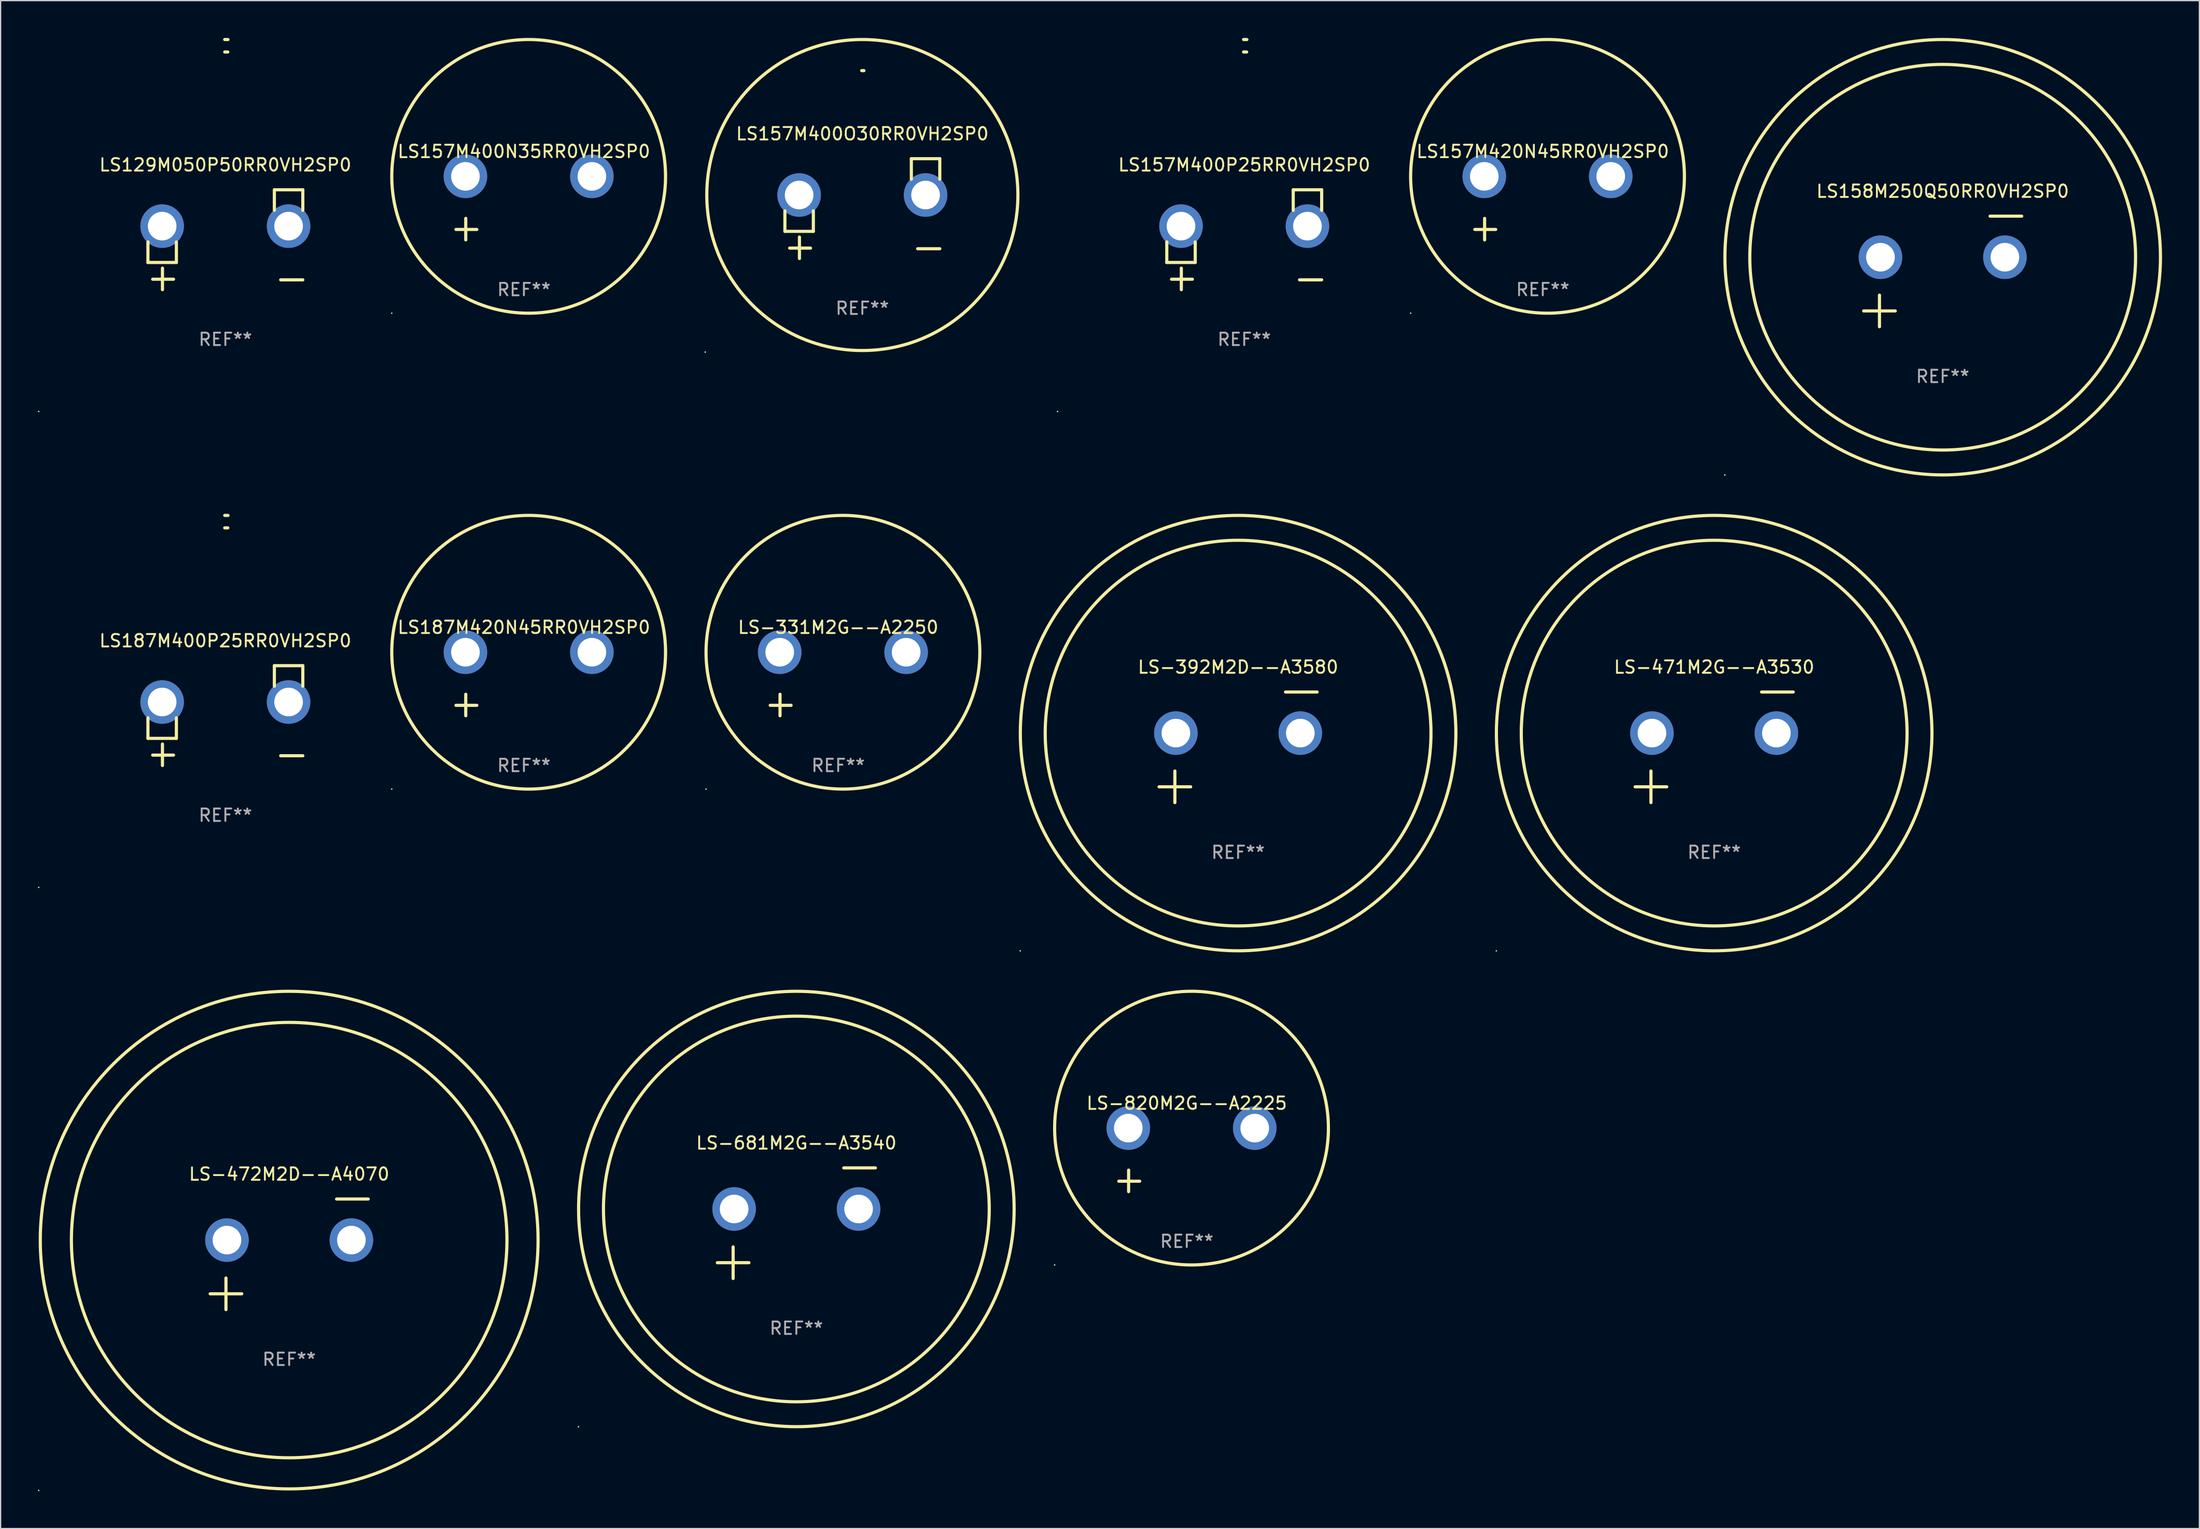
<source format=kicad_pcb>
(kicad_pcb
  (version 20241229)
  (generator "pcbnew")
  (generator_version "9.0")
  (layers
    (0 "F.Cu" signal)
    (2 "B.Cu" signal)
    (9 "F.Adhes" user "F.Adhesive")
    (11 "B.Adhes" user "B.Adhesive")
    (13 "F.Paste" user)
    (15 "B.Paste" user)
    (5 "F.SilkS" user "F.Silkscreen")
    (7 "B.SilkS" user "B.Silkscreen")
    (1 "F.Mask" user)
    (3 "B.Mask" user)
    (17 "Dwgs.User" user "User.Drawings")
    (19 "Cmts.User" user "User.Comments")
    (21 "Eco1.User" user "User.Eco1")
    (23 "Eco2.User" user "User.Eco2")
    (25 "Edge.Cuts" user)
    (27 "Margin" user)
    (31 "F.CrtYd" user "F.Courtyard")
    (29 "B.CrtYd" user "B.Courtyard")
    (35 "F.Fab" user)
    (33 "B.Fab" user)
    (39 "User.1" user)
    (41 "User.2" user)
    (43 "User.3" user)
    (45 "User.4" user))
  (footprint "LS157M400N35RR0VH2SP0"
    (layer "F.Cu")
    (at 39.05 13.68)
    (property "Reference" "LS157M400N35RR0VH2SP0" (at 0 -4.553 0) (layer "F.SilkS") (effects (font (size 1 1) (thickness 0.15))))
    (attr through_hole)
    (fp_line (start -4.674 2.553) (end -4.674 0.826) (stroke (width 0.254) (type solid)) (layer "F.SilkS"))
    (fp_line (start -3.785 1.715) (end -5.461 1.715) (stroke (width 0.254) (type solid)) (layer "F.SilkS"))
    (fp_circle (center -10.619 8.447) (end -10.589 8.447) (stroke (width 0.06) (type solid)) (fill no) (layer "F.SilkS"))
    (fp_circle (center 0.381 -2.553) (end 11.381 -2.553) (stroke (width 0.254) (type solid)) (fill no) (layer "F.SilkS"))
    (fp_text user "REF**" (at 0 6.553 0) (layer "F.Fab") (effects (font (size 1 1) (thickness 0.15))))
    (pad "1" thru_hole circle (at -4.699 -2.553) (size 3.5 3.5) (drill 2.3) (layers "*.Cu" "*.Mask"))
    (pad "2" thru_hole circle (at 5.461 -2.553) (size 3.5 3.5) (drill 2.3) (layers "*.Cu" "*.Mask")))
  (footprint "LS-472M2D--A4070"
    (layer "F.Cu")
    (at 20.187 97.78)
    (property "Reference" "LS-472M2D--A4070" (at 0 -6.445 0) (layer "F.SilkS") (effects (font (size 1 1) (thickness 0.15))))
    (attr through_hole)
    (fp_line (start -6.35 3.175) (end -3.81 3.175) (stroke (width 0.254) (type solid)) (layer "F.SilkS"))
    (fp_line (start -5.08 1.905) (end -5.08 4.445) (stroke (width 0.254) (type solid)) (layer "F.SilkS"))
    (fp_line (start 3.81 -4.445) (end 6.35 -4.445) (stroke (width 0.254) (type solid)) (layer "F.SilkS"))
    (fp_circle (center -20.127 18.984) (end -20.097 18.984) (stroke (width 0.06) (type solid)) (fill no) (layer "F.SilkS"))
    (fp_circle (center 0 -1.143) (end 17.5 -1.143) (stroke (width 0.254) (type solid)) (fill no) (layer "F.SilkS"))
    (fp_circle (center 0 -1.143) (end 20.001 -1.143) (stroke (width 0.254) (type solid)) (fill no) (layer "F.SilkS"))
    (fp_text user "REF**" (at 0 8.445 0) (layer "F.Fab") (effects (font (size 1 1) (thickness 0.15))))
    (pad "1" thru_hole circle (at -5 -1.143) (size 3.5 3.5) (drill 2.3) (layers "*.Cu" "*.Mask"))
    (pad "2" thru_hole circle (at 5 -1.143) (size 3.5 3.5) (drill 2.3) (layers "*.Cu" "*.Mask")))
  (footprint "LS157M400P25RR0VH2SP0"
    (layer "F.Cu")
    (at 96.932 16.22)
    (property "Reference" "LS157M400P25RR0VH2SP0" (at 0 -6.013 0) (layer "F.SilkS") (effects (font (size 1 1) (thickness 0.15))))
    (attr through_hole)
    (fp_line (start -6.223 0.178) (end -6.223 1.829) (stroke (width 0.254) (type solid)) (layer "F.SilkS"))
    (fp_line (start -6.223 1.829) (end -3.937 1.829) (stroke (width 0.254) (type solid)) (layer "F.SilkS"))
    (fp_line (start -5.055 4.013) (end -5.055 2.286) (stroke (width 0.254) (type solid)) (layer "F.SilkS"))
    (fp_line (start -4.166 3.175) (end -5.842 3.175) (stroke (width 0.254) (type solid)) (layer "F.SilkS"))
    (fp_line (start -3.937 1.829) (end -3.937 0.178) (stroke (width 0.254) (type solid)) (layer "F.SilkS"))
    (fp_line (start 3.937 -4.013) (end 3.937 -2.362) (stroke (width 0.254) (type solid)) (layer "F.SilkS"))
    (fp_line (start 6.223 -4.013) (end 3.937 -4.013) (stroke (width 0.254) (type solid)) (layer "F.SilkS"))
    (fp_line (start 6.223 -2.362) (end 6.223 -4.013) (stroke (width 0.254) (type solid)) (layer "F.SilkS"))
    (fp_line (start 6.223 3.226) (end 4.445 3.226) (stroke (width 0.254) (type solid)) (layer "F.SilkS"))
    (fp_arc (start -0.0508 -16.093472) (mid 0.080016 -16.092762) (end 0.210821 -16.090932) (stroke (width 0.254001) (type solid)) (layer "F.SilkS"))
    (fp_arc (start -0.0508 -15.09271) (mid 0.071125 -15.091961) (end 0.19304 -15.09017) (stroke (width 0.254001) (type solid)) (layer "F.SilkS"))
    (fp_circle (center -15 13.808) (end -14.97 13.808) (stroke (width 0.06) (type solid)) (fill no) (layer "F.SilkS"))
    (fp_text user "REF**" (at 0 8.013 0) (layer "F.Fab") (effects (font (size 1 1) (thickness 0.15))))
    (pad "1" thru_hole circle (at -5.08 -1.092) (size 3.5 3.5) (drill 2.3) (layers "*.Cu" "*.Mask"))
    (pad "2" thru_hole circle (at 5.08 -1.092) (size 3.5 3.5) (drill 2.3) (layers "*.Cu" "*.Mask")))
  (footprint "LS-471M2G--A3530"
    (layer "F.Cu")
    (at 134.694 57.024)
    (property "Reference" "LS-471M2G--A3530" (at 0 -6.445 0) (layer "F.SilkS") (effects (font (size 1 1) (thickness 0.15))))
    (attr through_hole)
    (fp_line (start -6.35 3.175) (end -3.81 3.175) (stroke (width 0.254) (type solid)) (layer "F.SilkS"))
    (fp_line (start -5.08 1.905) (end -5.08 4.445) (stroke (width 0.254) (type solid)) (layer "F.SilkS"))
    (fp_line (start 3.81 -4.445) (end 6.35 -4.445) (stroke (width 0.254) (type solid)) (layer "F.SilkS"))
    (fp_circle (center -17.505 16.362) (end -17.475 16.362) (stroke (width 0.06) (type solid)) (fill no) (layer "F.SilkS"))
    (fp_circle (center 0 -1.143) (end 15.5 -1.143) (stroke (width 0.254) (type solid)) (fill no) (layer "F.SilkS"))
    (fp_circle (center 0 -1.143) (end 17.5 -1.143) (stroke (width 0.254) (type solid)) (fill no) (layer "F.SilkS"))
    (fp_text user "REF**" (at 0 8.445 0) (layer "F.Fab") (effects (font (size 1 1) (thickness 0.15))))
    (pad "1" thru_hole circle (at -5 -1.143) (size 3.5 3.5) (drill 2.3) (layers "*.Cu" "*.Mask"))
    (pad "2" thru_hole circle (at 5 -1.143) (size 3.5 3.5) (drill 2.3) (layers "*.Cu" "*.Mask")))
  (footprint "LS-392M2D--A3580"
    (layer "F.Cu")
    (at 96.439 57.024)
    (property "Reference" "LS-392M2D--A3580" (at 0 -6.445 0) (layer "F.SilkS") (effects (font (size 1 1) (thickness 0.15))))
    (attr through_hole)
    (fp_line (start -6.35 3.175) (end -3.81 3.175) (stroke (width 0.254) (type solid)) (layer "F.SilkS"))
    (fp_line (start -5.08 1.905) (end -5.08 4.445) (stroke (width 0.254) (type solid)) (layer "F.SilkS"))
    (fp_line (start 3.81 -4.445) (end 6.35 -4.445) (stroke (width 0.254) (type solid)) (layer "F.SilkS"))
    (fp_circle (center -17.505 16.362) (end -17.475 16.362) (stroke (width 0.06) (type solid)) (fill no) (layer "F.SilkS"))
    (fp_circle (center 0 -1.143) (end 15.5 -1.143) (stroke (width 0.254) (type solid)) (fill no) (layer "F.SilkS"))
    (fp_circle (center 0 -1.143) (end 17.5 -1.143) (stroke (width 0.254) (type solid)) (fill no) (layer "F.SilkS"))
    (fp_text user "REF**" (at 0 8.445 0) (layer "F.Fab") (effects (font (size 1 1) (thickness 0.15))))
    (pad "1" thru_hole circle (at -5 -1.143) (size 3.5 3.5) (drill 2.3) (layers "*.Cu" "*.Mask"))
    (pad "2" thru_hole circle (at 5 -1.143) (size 3.5 3.5) (drill 2.3) (layers "*.Cu" "*.Mask")))
  (footprint "LS-331M2G--A2250"
    (layer "F.Cu")
    (at 64.304 51.934)
    (property "Reference" "LS-331M2G--A2250" (at 0 -4.553 0) (layer "F.SilkS") (effects (font (size 1 1) (thickness 0.15))))
    (attr through_hole)
    (fp_line (start -4.674 2.553) (end -4.674 0.826) (stroke (width 0.254) (type solid)) (layer "F.SilkS"))
    (fp_line (start -3.785 1.715) (end -5.461 1.715) (stroke (width 0.254) (type solid)) (layer "F.SilkS"))
    (fp_circle (center -10.619 8.447) (end -10.589 8.447) (stroke (width 0.06) (type solid)) (fill no) (layer "F.SilkS"))
    (fp_circle (center 0.381 -2.553) (end 11.381 -2.553) (stroke (width 0.254) (type solid)) (fill no) (layer "F.SilkS"))
    (fp_text user "REF**" (at 0 6.553 0) (layer "F.Fab") (effects (font (size 1 1) (thickness 0.15))))
    (pad "1" thru_hole circle (at -4.699 -2.553) (size 3.5 3.5) (drill 2.3) (layers "*.Cu" "*.Mask"))
    (pad "2" thru_hole circle (at 5.461 -2.553) (size 3.5 3.5) (drill 2.3) (layers "*.Cu" "*.Mask")))
  (footprint "LS157M420N45RR0VH2SP0"
    (layer "F.Cu")
    (at 120.922 13.68)
    (property "Reference" "LS157M420N45RR0VH2SP0" (at 0 -4.553 0) (layer "F.SilkS") (effects (font (size 1 1) (thickness 0.15))))
    (attr through_hole)
    (fp_line (start -4.674 2.553) (end -4.674 0.826) (stroke (width 0.254) (type solid)) (layer "F.SilkS"))
    (fp_line (start -3.785 1.715) (end -5.461 1.715) (stroke (width 0.254) (type solid)) (layer "F.SilkS"))
    (fp_circle (center -10.619 8.447) (end -10.589 8.447) (stroke (width 0.06) (type solid)) (fill no) (layer "F.SilkS"))
    (fp_circle (center 0.381 -2.553) (end 11.381 -2.553) (stroke (width 0.254) (type solid)) (fill no) (layer "F.SilkS"))
    (fp_text user "REF**" (at 0 6.553 0) (layer "F.Fab") (effects (font (size 1 1) (thickness 0.15))))
    (pad "1" thru_hole circle (at -4.699 -2.553) (size 3.5 3.5) (drill 2.3) (layers "*.Cu" "*.Mask"))
    (pad "2" thru_hole circle (at 5.461 -2.553) (size 3.5 3.5) (drill 2.3) (layers "*.Cu" "*.Mask")))
  (footprint "LS129M050P50RR0VH2SP0"
    (layer "F.Cu")
    (at 15.06 16.22)
    (property "Reference" "LS129M050P50RR0VH2SP0" (at 0 -6.013 0) (layer "F.SilkS") (effects (font (size 1 1) (thickness 0.15))))
    (attr through_hole)
    (fp_line (start -6.223 0.178) (end -6.223 1.829) (stroke (width 0.254) (type solid)) (layer "F.SilkS"))
    (fp_line (start -6.223 1.829) (end -3.937 1.829) (stroke (width 0.254) (type solid)) (layer "F.SilkS"))
    (fp_line (start -5.055 4.013) (end -5.055 2.286) (stroke (width 0.254) (type solid)) (layer "F.SilkS"))
    (fp_line (start -4.166 3.175) (end -5.842 3.175) (stroke (width 0.254) (type solid)) (layer "F.SilkS"))
    (fp_line (start -3.937 1.829) (end -3.937 0.178) (stroke (width 0.254) (type solid)) (layer "F.SilkS"))
    (fp_line (start 3.937 -4.013) (end 3.937 -2.362) (stroke (width 0.254) (type solid)) (layer "F.SilkS"))
    (fp_line (start 6.223 -4.013) (end 3.937 -4.013) (stroke (width 0.254) (type solid)) (layer "F.SilkS"))
    (fp_line (start 6.223 -2.362) (end 6.223 -4.013) (stroke (width 0.254) (type solid)) (layer "F.SilkS"))
    (fp_line (start 6.223 3.226) (end 4.445 3.226) (stroke (width 0.254) (type solid)) (layer "F.SilkS"))
    (fp_arc (start -0.0508 -16.093472) (mid 0.080016 -16.092762) (end 0.210821 -16.090932) (stroke (width 0.254001) (type solid)) (layer "F.SilkS"))
    (fp_arc (start -0.0508 -15.09271) (mid 0.071125 -15.091961) (end 0.19304 -15.09017) (stroke (width 0.254001) (type solid)) (layer "F.SilkS"))
    (fp_circle (center -15 13.808) (end -14.97 13.808) (stroke (width 0.06) (type solid)) (fill no) (layer "F.SilkS"))
    (fp_text user "REF**" (at 0 8.013 0) (layer "F.Fab") (effects (font (size 1 1) (thickness 0.15))))
    (pad "1" thru_hole circle (at -5.08 -1.092) (size 3.5 3.5) (drill 2.3) (layers "*.Cu" "*.Mask"))
    (pad "2" thru_hole circle (at 5.08 -1.092) (size 3.5 3.5) (drill 2.3) (layers "*.Cu" "*.Mask")))
  (footprint "LS187M400P25RR0VH2SP0"
    (layer "F.Cu")
    (at 15.06 54.475)
    (property "Reference" "LS187M400P25RR0VH2SP0" (at 0 -6.013 0) (layer "F.SilkS") (effects (font (size 1 1) (thickness 0.15))))
    (attr through_hole)
    (fp_line (start -6.223 0.178) (end -6.223 1.829) (stroke (width 0.254) (type solid)) (layer "F.SilkS"))
    (fp_line (start -6.223 1.829) (end -3.937 1.829) (stroke (width 0.254) (type solid)) (layer "F.SilkS"))
    (fp_line (start -5.055 4.013) (end -5.055 2.286) (stroke (width 0.254) (type solid)) (layer "F.SilkS"))
    (fp_line (start -4.166 3.175) (end -5.842 3.175) (stroke (width 0.254) (type solid)) (layer "F.SilkS"))
    (fp_line (start -3.937 1.829) (end -3.937 0.178) (stroke (width 0.254) (type solid)) (layer "F.SilkS"))
    (fp_line (start 3.937 -4.013) (end 3.937 -2.362) (stroke (width 0.254) (type solid)) (layer "F.SilkS"))
    (fp_line (start 6.223 -4.013) (end 3.937 -4.013) (stroke (width 0.254) (type solid)) (layer "F.SilkS"))
    (fp_line (start 6.223 -2.362) (end 6.223 -4.013) (stroke (width 0.254) (type solid)) (layer "F.SilkS"))
    (fp_line (start 6.223 3.226) (end 4.445 3.226) (stroke (width 0.254) (type solid)) (layer "F.SilkS"))
    (fp_arc (start -0.0508 -16.093472) (mid 0.080016 -16.092762) (end 0.210821 -16.090932) (stroke (width 0.254001) (type solid)) (layer "F.SilkS"))
    (fp_arc (start -0.0508 -15.09271) (mid 0.071125 -15.091961) (end 0.19304 -15.09017) (stroke (width 0.254001) (type solid)) (layer "F.SilkS"))
    (fp_circle (center -15 13.808) (end -14.97 13.808) (stroke (width 0.06) (type solid)) (fill no) (layer "F.SilkS"))
    (fp_text user "REF**" (at 0 8.013 0) (layer "F.Fab") (effects (font (size 1 1) (thickness 0.15))))
    (pad "1" thru_hole circle (at -5.08 -1.092) (size 3.5 3.5) (drill 2.3) (layers "*.Cu" "*.Mask"))
    (pad "2" thru_hole circle (at 5.08 -1.092) (size 3.5 3.5) (drill 2.3) (layers "*.Cu" "*.Mask")))
  (footprint "LS-820M2G--A2225"
    (layer "F.Cu")
    (at 92.315 90.188)
    (property "Reference" "LS-820M2G--A2225" (at 0 -4.553 0) (layer "F.SilkS") (effects (font (size 1 1) (thickness 0.15))))
    (attr through_hole)
    (fp_line (start -4.674 2.553) (end -4.674 0.826) (stroke (width 0.254) (type solid)) (layer "F.SilkS"))
    (fp_line (start -3.785 1.715) (end -5.461 1.715) (stroke (width 0.254) (type solid)) (layer "F.SilkS"))
    (fp_circle (center -10.619 8.447) (end -10.589 8.447) (stroke (width 0.06) (type solid)) (fill no) (layer "F.SilkS"))
    (fp_circle (center 0.381 -2.553) (end 11.381 -2.553) (stroke (width 0.254) (type solid)) (fill no) (layer "F.SilkS"))
    (fp_text user "REF**" (at 0 6.553 0) (layer "F.Fab") (effects (font (size 1 1) (thickness 0.15))))
    (pad "1" thru_hole circle (at -4.699 -2.553) (size 3.5 3.5) (drill 2.3) (layers "*.Cu" "*.Mask"))
    (pad "2" thru_hole circle (at 5.461 -2.553) (size 3.5 3.5) (drill 2.3) (layers "*.Cu" "*.Mask")))
  (footprint "LS157M400O30RR0VH2SP0"
    (layer "F.Cu")
    (at 66.245 13.719)
    (property "Reference" "LS157M400O30RR0VH2SP0" (at 0 -6.013 0) (layer "F.SilkS") (effects (font (size 1 1) (thickness 0.15))))
    (attr through_hole)
    (fp_line (start -6.223 0.178) (end -6.223 1.829) (stroke (width 0.254) (type solid)) (layer "F.SilkS"))
    (fp_line (start -6.223 1.829) (end -3.937 1.829) (stroke (width 0.254) (type solid)) (layer "F.SilkS"))
    (fp_line (start -5.055 4.013) (end -5.055 2.286) (stroke (width 0.254) (type solid)) (layer "F.SilkS"))
    (fp_line (start -4.166 3.175) (end -5.842 3.175) (stroke (width 0.254) (type solid)) (layer "F.SilkS"))
    (fp_line (start -3.937 1.829) (end -3.937 0.178) (stroke (width 0.254) (type solid)) (layer "F.SilkS"))
    (fp_line (start 3.937 -4.013) (end 3.937 -2.362) (stroke (width 0.254) (type solid)) (layer "F.SilkS"))
    (fp_line (start 6.223 -4.013) (end 3.937 -4.013) (stroke (width 0.254) (type solid)) (layer "F.SilkS"))
    (fp_line (start 6.223 -2.362) (end 6.223 -4.013) (stroke (width 0.254) (type solid)) (layer "F.SilkS"))
    (fp_line (start 6.223 3.226) (end 4.445 3.226) (stroke (width 0.254) (type solid)) (layer "F.SilkS"))
    (fp_arc (start -0.0508 -11.092202) (mid 0.036835 -11.091307) (end 0.12446 -11.089662) (stroke (width 0.254001) (type solid)) (layer "F.SilkS"))
    (fp_circle (center -12.627 11.535) (end -12.597 11.535) (stroke (width 0.06) (type solid)) (fill no) (layer "F.SilkS"))
    (fp_circle (center 0 -1.092) (end 12.5 -1.092) (stroke (width 0.254) (type solid)) (fill no) (layer "F.SilkS"))
    (fp_text user "REF**" (at 0 8.013 0) (layer "F.Fab") (effects (font (size 1 1) (thickness 0.15))))
    (pad "1" thru_hole circle (at -5.08 -1.092) (size 3.5 3.5) (drill 2.3) (layers "*.Cu" "*.Mask"))
    (pad "2" thru_hole circle (at 5.08 -1.092) (size 3.5 3.5) (drill 2.3) (layers "*.Cu" "*.Mask")))
  (footprint "LS158M250Q50RR0VH2SP0"
    (layer "F.Cu")
    (at 153.057 18.77)
    (property "Reference" "LS158M250Q50RR0VH2SP0" (at 0 -6.445 0) (layer "F.SilkS") (effects (font (size 1 1) (thickness 0.15))))
    (attr through_hole)
    (fp_line (start -6.35 3.175) (end -3.81 3.175) (stroke (width 0.254) (type solid)) (layer "F.SilkS"))
    (fp_line (start -5.08 1.905) (end -5.08 4.445) (stroke (width 0.254) (type solid)) (layer "F.SilkS"))
    (fp_line (start 3.81 -4.445) (end 6.35 -4.445) (stroke (width 0.254) (type solid)) (layer "F.SilkS"))
    (fp_circle (center -17.505 16.362) (end -17.475 16.362) (stroke (width 0.06) (type solid)) (fill no) (layer "F.SilkS"))
    (fp_circle (center 0 -1.143) (end 15.5 -1.143) (stroke (width 0.254) (type solid)) (fill no) (layer "F.SilkS"))
    (fp_circle (center 0 -1.143) (end 17.5 -1.143) (stroke (width 0.254) (type solid)) (fill no) (layer "F.SilkS"))
    (fp_text user "REF**" (at 0 8.445 0) (layer "F.Fab") (effects (font (size 1 1) (thickness 0.15))))
    (pad "1" thru_hole circle (at -5 -1.143) (size 3.5 3.5) (drill 2.3) (layers "*.Cu" "*.Mask"))
    (pad "2" thru_hole circle (at 5 -1.143) (size 3.5 3.5) (drill 2.3) (layers "*.Cu" "*.Mask")))
  (footprint "LS-681M2G--A3540"
    (layer "F.Cu")
    (at 60.942 95.279)
    (property "Reference" "LS-681M2G--A3540" (at 0 -6.445 0) (layer "F.SilkS") (effects (font (size 1 1) (thickness 0.15))))
    (attr through_hole)
    (fp_line (start -6.35 3.175) (end -3.81 3.175) (stroke (width 0.254) (type solid)) (layer "F.SilkS"))
    (fp_line (start -5.08 1.905) (end -5.08 4.445) (stroke (width 0.254) (type solid)) (layer "F.SilkS"))
    (fp_line (start 3.81 -4.445) (end 6.35 -4.445) (stroke (width 0.254) (type solid)) (layer "F.SilkS"))
    (fp_circle (center -17.505 16.362) (end -17.475 16.362) (stroke (width 0.06) (type solid)) (fill no) (layer "F.SilkS"))
    (fp_circle (center 0 -1.143) (end 15.5 -1.143) (stroke (width 0.254) (type solid)) (fill no) (layer "F.SilkS"))
    (fp_circle (center 0 -1.143) (end 17.5 -1.143) (stroke (width 0.254) (type solid)) (fill no) (layer "F.SilkS"))
    (fp_text user "REF**" (at 0 8.445 0) (layer "F.Fab") (effects (font (size 1 1) (thickness 0.15))))
    (pad "1" thru_hole circle (at -5 -1.143) (size 3.5 3.5) (drill 2.3) (layers "*.Cu" "*.Mask"))
    (pad "2" thru_hole circle (at 5 -1.143) (size 3.5 3.5) (drill 2.3) (layers "*.Cu" "*.Mask")))
  (footprint "LS187M420N45RR0VH2SP0"
    (layer "F.Cu")
    (at 39.05 51.934)
    (property "Reference" "LS187M420N45RR0VH2SP0" (at 0 -4.553 0) (layer "F.SilkS") (effects (font (size 1 1) (thickness 0.15))))
    (attr through_hole)
    (fp_line (start -4.674 2.553) (end -4.674 0.826) (stroke (width 0.254) (type solid)) (layer "F.SilkS"))
    (fp_line (start -3.785 1.715) (end -5.461 1.715) (stroke (width 0.254) (type solid)) (layer "F.SilkS"))
    (fp_circle (center -10.619 8.447) (end -10.589 8.447) (stroke (width 0.06) (type solid)) (fill no) (layer "F.SilkS"))
    (fp_circle (center 0.381 -2.553) (end 11.381 -2.553) (stroke (width 0.254) (type solid)) (fill no) (layer "F.SilkS"))
    (fp_text user "REF**" (at 0 6.553 0) (layer "F.Fab") (effects (font (size 1 1) (thickness 0.15))))
    (pad "1" thru_hole circle (at -4.699 -2.553) (size 3.5 3.5) (drill 2.3) (layers "*.Cu" "*.Mask"))
    (pad "2" thru_hole circle (at 5.461 -2.553) (size 3.5 3.5) (drill 2.3) (layers "*.Cu" "*.Mask")))
  (gr_rect
    (start -3 -3)
    (end 173.684 119.824)
    (stroke (width 0.1) (type default))
    (fill no)
    (layer "Edge.Cuts")))
</source>
